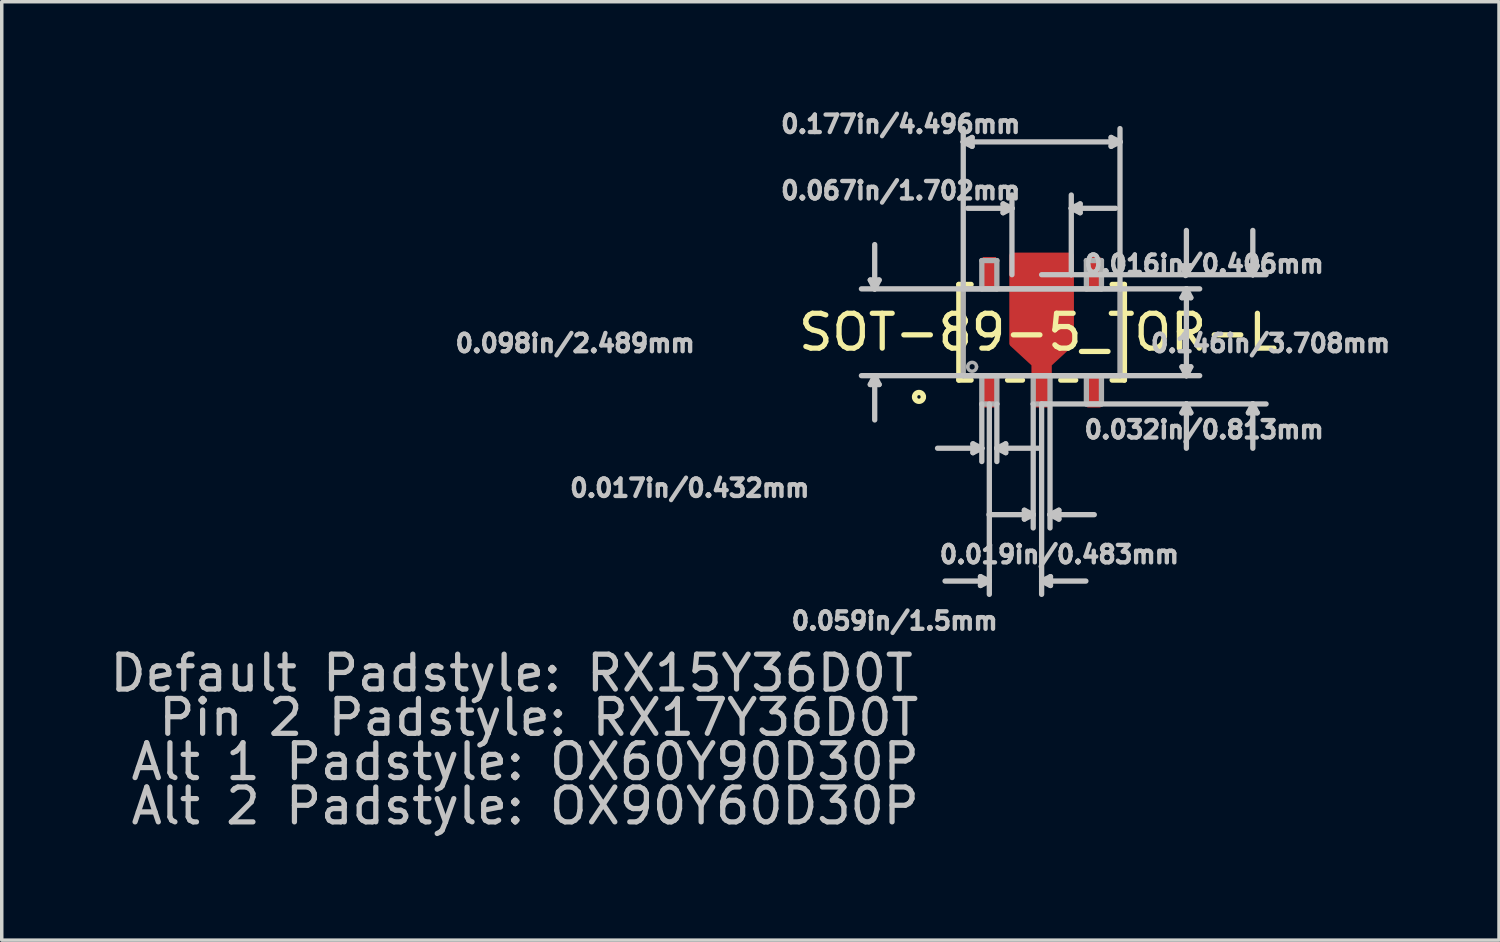
<source format=kicad_pcb>
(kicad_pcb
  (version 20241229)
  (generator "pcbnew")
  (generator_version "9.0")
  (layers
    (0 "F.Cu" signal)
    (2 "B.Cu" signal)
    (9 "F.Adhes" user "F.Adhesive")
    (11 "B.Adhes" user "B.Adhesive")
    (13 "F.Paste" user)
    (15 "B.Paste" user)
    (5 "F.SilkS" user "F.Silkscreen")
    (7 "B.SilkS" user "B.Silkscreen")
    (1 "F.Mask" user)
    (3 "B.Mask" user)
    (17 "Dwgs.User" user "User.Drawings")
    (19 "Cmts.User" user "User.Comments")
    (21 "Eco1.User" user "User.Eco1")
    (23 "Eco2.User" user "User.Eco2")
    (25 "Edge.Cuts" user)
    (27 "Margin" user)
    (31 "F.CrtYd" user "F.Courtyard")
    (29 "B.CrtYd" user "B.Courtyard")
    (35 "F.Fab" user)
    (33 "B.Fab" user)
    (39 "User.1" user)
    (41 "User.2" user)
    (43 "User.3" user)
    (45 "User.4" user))
  (footprint "SOT-89-5_TOR-L"
    (layer "F.Cu")
    (at 26.829 6.481)
    (property "Reference" "SOT-89-5_TOR-L" (at -0.096 0 0) (layer "F.SilkS") (effects (font (size 1 1) (thickness 0.15))))
    (attr smd)
    (fp_poly (pts (xy -0.216 1.245) (xy -0.216 0.914) (xy -0.851 0.33) (xy -0.851 -2.21) (xy -0.216 -2.21) (xy 0.216 -2.21) (xy 0.851 -2.21) (xy 0.851 0.33) (xy 0.216 0.914) (xy 0.216 1.245)) (stroke (width 0.152) (type solid)) (fill yes) (layer "F.Mask"))
    (fp_line (start -2.375 -1.372) (end -2.375 1.372) (stroke (width 0.152) (type solid)) (layer "F.SilkS"))
    (fp_line (start -2.375 1.372) (end -2.023 1.372) (stroke (width 0.152) (type solid)) (layer "F.SilkS"))
    (fp_line (start -2.023 -1.372) (end -2.375 -1.372) (stroke (width 0.152) (type solid)) (layer "F.SilkS"))
    (fp_line (start -0.977 1.372) (end -0.549 1.372) (stroke (width 0.152) (type solid)) (layer "F.SilkS"))
    (fp_line (start 0.549 1.372) (end 0.977 1.372) (stroke (width 0.152) (type solid)) (layer "F.SilkS"))
    (fp_line (start 2.023 1.372) (end 2.375 1.372) (stroke (width 0.152) (type solid)) (layer "F.SilkS"))
    (fp_line (start 2.375 -1.372) (end 2.023 -1.372) (stroke (width 0.152) (type solid)) (layer "F.SilkS"))
    (fp_line (start 2.375 1.372) (end 2.375 -1.372) (stroke (width 0.152) (type solid)) (layer "F.SilkS"))
    (fp_arc (start -3.6449 1.8542) (mid -3.5179 1.7272) (end -3.3909 1.8542) (stroke (width 0.1524) (type solid)) (layer "F.SilkS"))
    (fp_arc (start -3.3909 1.8542) (mid -3.5179 1.9812) (end -3.6449 1.8542) (stroke (width 0.1524) (type solid)) (layer "F.SilkS"))
    (fp_poly (pts (xy -0.216 1.245) (xy -0.216 0.914) (xy -0.851 0.33) (xy -0.851 -2.21) (xy -0.216 -2.21) (xy 0.216 -2.21) (xy 0.851 -2.21) (xy 0.851 0.33) (xy 0.216 0.914) (xy 0.216 1.245)) (stroke (width 0.152) (type solid)) (fill yes) (layer "F.Paste"))
    (fp_line (start -4.915 -1.499) (end -4.661 -1.499) (stroke (width 0.152) (type solid)) (layer "Dwgs.User"))
    (fp_line (start -4.915 1.499) (end -4.661 1.499) (stroke (width 0.152) (type solid)) (layer "Dwgs.User"))
    (fp_line (start -4.788 -1.245) (end -5.169 -1.245) (stroke (width 0.152) (type solid)) (layer "Dwgs.User"))
    (fp_line (start -4.788 -1.245) (end -4.915 -1.499) (stroke (width 0.152) (type solid)) (layer "Dwgs.User"))
    (fp_line (start -4.788 -1.245) (end -4.788 -2.515) (stroke (width 0.152) (type solid)) (layer "Dwgs.User"))
    (fp_line (start -4.788 -1.245) (end -4.661 -1.499) (stroke (width 0.152) (type solid)) (layer "Dwgs.User"))
    (fp_line (start -4.788 1.245) (end -5.169 1.245) (stroke (width 0.152) (type solid)) (layer "Dwgs.User"))
    (fp_line (start -4.788 1.245) (end -4.915 1.499) (stroke (width 0.152) (type solid)) (layer "Dwgs.User"))
    (fp_line (start -4.788 1.245) (end -4.788 2.515) (stroke (width 0.152) (type solid)) (layer "Dwgs.User"))
    (fp_line (start -4.788 1.245) (end -4.661 1.499) (stroke (width 0.152) (type solid)) (layer "Dwgs.User"))
    (fp_line (start -2.248 -5.461) (end -2.248 -5.842) (stroke (width 0.152) (type solid)) (layer "Dwgs.User"))
    (fp_line (start -2.248 -5.461) (end -1.994 -5.588) (stroke (width 0.152) (type solid)) (layer "Dwgs.User"))
    (fp_line (start -2.248 -5.461) (end -1.994 -5.334) (stroke (width 0.152) (type solid)) (layer "Dwgs.User"))
    (fp_line (start -2.248 -5.461) (end 2.248 -5.461) (stroke (width 0.152) (type solid)) (layer "Dwgs.User"))
    (fp_line (start -2.248 -1.245) (end -2.248 -5.461) (stroke (width 0.152) (type solid)) (layer "Dwgs.User"))
    (fp_line (start -1.994 -5.588) (end -1.994 -5.334) (stroke (width 0.152) (type solid)) (layer "Dwgs.User"))
    (fp_line (start -1.97 3.2) (end -1.97 3.454) (stroke (width 0.152) (type solid)) (layer "Dwgs.User"))
    (fp_line (start -1.754 7.01) (end -1.754 7.264) (stroke (width 0.152) (type solid)) (layer "Dwgs.User"))
    (fp_line (start -1.716 2.057) (end -1.716 3.327) (stroke (width 0.152) (type solid)) (layer "Dwgs.User"))
    (fp_line (start -1.716 3.327) (end -2.986 3.327) (stroke (width 0.152) (type solid)) (layer "Dwgs.User"))
    (fp_line (start -1.716 3.327) (end -1.97 3.2) (stroke (width 0.152) (type solid)) (layer "Dwgs.User"))
    (fp_line (start -1.716 3.327) (end -1.97 3.454) (stroke (width 0.152) (type solid)) (layer "Dwgs.User"))
    (fp_line (start -1.716 3.327) (end -1.716 3.708) (stroke (width 0.152) (type solid)) (layer "Dwgs.User"))
    (fp_line (start -1.5 2.057) (end -1.5 7.137) (stroke (width 0.152) (type solid)) (layer "Dwgs.User"))
    (fp_line (start -1.5 7.137) (end -2.77 7.137) (stroke (width 0.152) (type solid)) (layer "Dwgs.User"))
    (fp_line (start -1.5 7.137) (end -1.754 7.01) (stroke (width 0.152) (type solid)) (layer "Dwgs.User"))
    (fp_line (start -1.5 7.137) (end -1.754 7.264) (stroke (width 0.152) (type solid)) (layer "Dwgs.User"))
    (fp_line (start -1.5 7.137) (end -1.5 7.518) (stroke (width 0.152) (type solid)) (layer "Dwgs.User"))
    (fp_line (start -1.284 2.057) (end -1.284 3.327) (stroke (width 0.152) (type solid)) (layer "Dwgs.User"))
    (fp_line (start -1.284 3.327) (end -1.284 3.708) (stroke (width 0.152) (type solid)) (layer "Dwgs.User"))
    (fp_line (start -1.284 3.327) (end -1.03 3.2) (stroke (width 0.152) (type solid)) (layer "Dwgs.User"))
    (fp_line (start -1.284 3.327) (end -1.03 3.454) (stroke (width 0.152) (type solid)) (layer "Dwgs.User"))
    (fp_line (start -1.284 3.327) (end -0.014 3.327) (stroke (width 0.152) (type solid)) (layer "Dwgs.User"))
    (fp_line (start -1.105 -3.683) (end -1.105 -3.429) (stroke (width 0.152) (type solid)) (layer "Dwgs.User"))
    (fp_line (start -1.03 3.2) (end -1.03 3.454) (stroke (width 0.152) (type solid)) (layer "Dwgs.User"))
    (fp_line (start -0.851 -3.556) (end -2.121 -3.556) (stroke (width 0.152) (type solid)) (layer "Dwgs.User"))
    (fp_line (start -0.851 -3.556) (end -1.105 -3.683) (stroke (width 0.152) (type solid)) (layer "Dwgs.User"))
    (fp_line (start -0.851 -3.556) (end -1.105 -3.429) (stroke (width 0.152) (type solid)) (layer "Dwgs.User"))
    (fp_line (start -0.851 -3.556) (end -0.851 -3.937) (stroke (width 0.152) (type solid)) (layer "Dwgs.User"))
    (fp_line (start -0.851 -1.651) (end -0.851 -3.556) (stroke (width 0.152) (type solid)) (layer "Dwgs.User"))
    (fp_line (start -0.495 5.105) (end -0.495 5.359) (stroke (width 0.152) (type solid)) (layer "Dwgs.User"))
    (fp_line (start -0.241 2.057) (end -0.241 5.232) (stroke (width 0.152) (type solid)) (layer "Dwgs.User"))
    (fp_line (start -0.241 5.232) (end -1.511 5.232) (stroke (width 0.152) (type solid)) (layer "Dwgs.User"))
    (fp_line (start -0.241 5.232) (end -0.495 5.105) (stroke (width 0.152) (type solid)) (layer "Dwgs.User"))
    (fp_line (start -0.241 5.232) (end -0.495 5.359) (stroke (width 0.152) (type solid)) (layer "Dwgs.User"))
    (fp_line (start -0.241 5.232) (end -0.241 5.613) (stroke (width 0.152) (type solid)) (layer "Dwgs.User"))
    (fp_line (start 0 -1.651) (end 0.851 -1.651) (stroke (width 0.152) (type solid)) (layer "Dwgs.User"))
    (fp_line (start 0 2.057) (end 0 7.137) (stroke (width 0.152) (type solid)) (layer "Dwgs.User"))
    (fp_line (start 0 2.057) (end 0.241 2.057) (stroke (width 0.152) (type solid)) (layer "Dwgs.User"))
    (fp_line (start 0 7.137) (end 0 7.518) (stroke (width 0.152) (type solid)) (layer "Dwgs.User"))
    (fp_line (start 0 7.137) (end 0.254 7.01) (stroke (width 0.152) (type solid)) (layer "Dwgs.User"))
    (fp_line (start 0 7.137) (end 0.254 7.264) (stroke (width 0.152) (type solid)) (layer "Dwgs.User"))
    (fp_line (start 0 7.137) (end 1.27 7.137) (stroke (width 0.152) (type solid)) (layer "Dwgs.User"))
    (fp_line (start 0.241 2.057) (end 0.241 5.232) (stroke (width 0.152) (type solid)) (layer "Dwgs.User"))
    (fp_line (start 0.241 2.057) (end 4.153 2.057) (stroke (width 0.152) (type solid)) (layer "Dwgs.User"))
    (fp_line (start 0.241 5.232) (end 0.241 5.613) (stroke (width 0.152) (type solid)) (layer "Dwgs.User"))
    (fp_line (start 0.241 5.232) (end 0.495 5.105) (stroke (width 0.152) (type solid)) (layer "Dwgs.User"))
    (fp_line (start 0.241 5.232) (end 0.495 5.359) (stroke (width 0.152) (type solid)) (layer "Dwgs.User"))
    (fp_line (start 0.241 5.232) (end 1.511 5.232) (stroke (width 0.152) (type solid)) (layer "Dwgs.User"))
    (fp_line (start 0.254 7.01) (end 0.254 7.264) (stroke (width 0.152) (type solid)) (layer "Dwgs.User"))
    (fp_line (start 0.495 5.105) (end 0.495 5.359) (stroke (width 0.152) (type solid)) (layer "Dwgs.User"))
    (fp_line (start 0.851 -3.556) (end 0.851 -3.937) (stroke (width 0.152) (type solid)) (layer "Dwgs.User"))
    (fp_line (start 0.851 -3.556) (end 1.105 -3.683) (stroke (width 0.152) (type solid)) (layer "Dwgs.User"))
    (fp_line (start 0.851 -3.556) (end 1.105 -3.429) (stroke (width 0.152) (type solid)) (layer "Dwgs.User"))
    (fp_line (start 0.851 -3.556) (end 2.121 -3.556) (stroke (width 0.152) (type solid)) (layer "Dwgs.User"))
    (fp_line (start 0.851 -1.651) (end 0.851 -3.556) (stroke (width 0.152) (type solid)) (layer "Dwgs.User"))
    (fp_line (start 0.851 -1.651) (end 4.153 -1.651) (stroke (width 0.152) (type solid)) (layer "Dwgs.User"))
    (fp_line (start 1.105 -3.683) (end 1.105 -3.429) (stroke (width 0.152) (type solid)) (layer "Dwgs.User"))
    (fp_line (start 1.994 -5.588) (end 1.994 -5.334) (stroke (width 0.152) (type solid)) (layer "Dwgs.User"))
    (fp_line (start 2.248 -5.461) (end 1.994 -5.588) (stroke (width 0.152) (type solid)) (layer "Dwgs.User"))
    (fp_line (start 2.248 -5.461) (end 1.994 -5.334) (stroke (width 0.152) (type solid)) (layer "Dwgs.User"))
    (fp_line (start 2.248 -5.461) (end 2.248 -5.842) (stroke (width 0.152) (type solid)) (layer "Dwgs.User"))
    (fp_line (start 2.248 -1.245) (end -4.788 -1.245) (stroke (width 0.152) (type solid)) (layer "Dwgs.User"))
    (fp_line (start 2.248 -1.245) (end 2.248 -5.461) (stroke (width 0.152) (type solid)) (layer "Dwgs.User"))
    (fp_line (start 2.248 -1.245) (end 4.153 -1.245) (stroke (width 0.152) (type solid)) (layer "Dwgs.User"))
    (fp_line (start 4.026 -1.905) (end 4.28 -1.905) (stroke (width 0.152) (type solid)) (layer "Dwgs.User"))
    (fp_line (start 4.026 -0.991) (end 4.28 -0.991) (stroke (width 0.152) (type solid)) (layer "Dwgs.User"))
    (fp_line (start 4.026 0.991) (end 4.28 0.991) (stroke (width 0.152) (type solid)) (layer "Dwgs.User"))
    (fp_line (start 4.026 2.311) (end 4.28 2.311) (stroke (width 0.152) (type solid)) (layer "Dwgs.User"))
    (fp_line (start 4.153 -1.651) (end 4.026 -1.905) (stroke (width 0.152) (type solid)) (layer "Dwgs.User"))
    (fp_line (start 4.153 -1.651) (end 4.153 -2.921) (stroke (width 0.152) (type solid)) (layer "Dwgs.User"))
    (fp_line (start 4.153 -1.651) (end 4.28 -1.905) (stroke (width 0.152) (type solid)) (layer "Dwgs.User"))
    (fp_line (start 4.153 -1.651) (end 6.058 -1.651) (stroke (width 0.152) (type solid)) (layer "Dwgs.User"))
    (fp_line (start 4.153 -1.245) (end 4.026 -0.991) (stroke (width 0.152) (type solid)) (layer "Dwgs.User"))
    (fp_line (start 4.153 -1.245) (end 4.153 1.245) (stroke (width 0.152) (type solid)) (layer "Dwgs.User"))
    (fp_line (start 4.153 -1.245) (end 4.28 -0.991) (stroke (width 0.152) (type solid)) (layer "Dwgs.User"))
    (fp_line (start 4.153 -1.245) (end 4.534 -1.245) (stroke (width 0.152) (type solid)) (layer "Dwgs.User"))
    (fp_line (start 4.153 1.245) (end -4.788 1.245) (stroke (width 0.152) (type solid)) (layer "Dwgs.User"))
    (fp_line (start 4.153 1.245) (end 4.026 0.991) (stroke (width 0.152) (type solid)) (layer "Dwgs.User"))
    (fp_line (start 4.153 1.245) (end 4.28 0.991) (stroke (width 0.152) (type solid)) (layer "Dwgs.User"))
    (fp_line (start 4.153 1.245) (end 4.534 1.245) (stroke (width 0.152) (type solid)) (layer "Dwgs.User"))
    (fp_line (start 4.153 2.057) (end 4.026 2.311) (stroke (width 0.152) (type solid)) (layer "Dwgs.User"))
    (fp_line (start 4.153 2.057) (end 4.153 3.327) (stroke (width 0.152) (type solid)) (layer "Dwgs.User"))
    (fp_line (start 4.153 2.057) (end 4.28 2.311) (stroke (width 0.152) (type solid)) (layer "Dwgs.User"))
    (fp_line (start 4.153 2.057) (end 6.058 2.057) (stroke (width 0.152) (type solid)) (layer "Dwgs.User"))
    (fp_line (start 5.931 -1.905) (end 6.185 -1.905) (stroke (width 0.152) (type solid)) (layer "Dwgs.User"))
    (fp_line (start 5.931 2.311) (end 6.185 2.311) (stroke (width 0.152) (type solid)) (layer "Dwgs.User"))
    (fp_line (start 6.058 -1.651) (end 5.931 -1.905) (stroke (width 0.152) (type solid)) (layer "Dwgs.User"))
    (fp_line (start 6.058 -1.651) (end 6.058 -2.921) (stroke (width 0.152) (type solid)) (layer "Dwgs.User"))
    (fp_line (start 6.058 -1.651) (end 6.185 -1.905) (stroke (width 0.152) (type solid)) (layer "Dwgs.User"))
    (fp_line (start 6.058 -1.651) (end 6.439 -1.651) (stroke (width 0.152) (type solid)) (layer "Dwgs.User"))
    (fp_line (start 6.058 2.057) (end 5.931 2.311) (stroke (width 0.152) (type solid)) (layer "Dwgs.User"))
    (fp_line (start 6.058 2.057) (end 6.058 3.327) (stroke (width 0.152) (type solid)) (layer "Dwgs.User"))
    (fp_line (start 6.058 2.057) (end 6.185 2.311) (stroke (width 0.152) (type solid)) (layer "Dwgs.User"))
    (fp_line (start 6.058 2.057) (end 6.439 2.057) (stroke (width 0.152) (type solid)) (layer "Dwgs.User"))
    (fp_line (start -2.248 -1.245) (end -2.248 1.245) (stroke (width 0.152) (type solid)) (layer "F.Fab"))
    (fp_line (start -2.248 1.245) (end 2.248 1.245) (stroke (width 0.152) (type solid)) (layer "F.Fab"))
    (fp_line (start -1.716 -2.057) (end -1.716 -1.245) (stroke (width 0.152) (type solid)) (layer "F.Fab"))
    (fp_line (start -1.716 -1.245) (end -1.284 -1.245) (stroke (width 0.152) (type solid)) (layer "F.Fab"))
    (fp_line (start -1.716 1.245) (end -1.716 2.057) (stroke (width 0.152) (type solid)) (layer "F.Fab"))
    (fp_line (start -1.716 2.057) (end -1.284 2.057) (stroke (width 0.152) (type solid)) (layer "F.Fab"))
    (fp_line (start -1.284 -2.057) (end -1.716 -2.057) (stroke (width 0.152) (type solid)) (layer "F.Fab"))
    (fp_line (start -1.284 -1.245) (end -1.284 -2.057) (stroke (width 0.152) (type solid)) (layer "F.Fab"))
    (fp_line (start -1.284 1.245) (end -1.716 1.245) (stroke (width 0.152) (type solid)) (layer "F.Fab"))
    (fp_line (start -1.284 2.057) (end -1.284 1.245) (stroke (width 0.152) (type solid)) (layer "F.Fab"))
    (fp_line (start -0.241 1.245) (end -0.241 2.057) (stroke (width 0.152) (type solid)) (layer "F.Fab"))
    (fp_line (start -0.241 2.057) (end 0.241 2.057) (stroke (width 0.152) (type solid)) (layer "F.Fab"))
    (fp_line (start 0.241 1.245) (end -0.241 1.245) (stroke (width 0.152) (type solid)) (layer "F.Fab"))
    (fp_line (start 0.241 2.057) (end 0.241 1.245) (stroke (width 0.152) (type solid)) (layer "F.Fab"))
    (fp_line (start 1.284 -2.057) (end 1.284 -1.245) (stroke (width 0.152) (type solid)) (layer "F.Fab"))
    (fp_line (start 1.284 -1.245) (end 1.716 -1.245) (stroke (width 0.152) (type solid)) (layer "F.Fab"))
    (fp_line (start 1.284 1.245) (end 1.284 2.057) (stroke (width 0.152) (type solid)) (layer "F.Fab"))
    (fp_line (start 1.284 2.057) (end 1.716 2.057) (stroke (width 0.152) (type solid)) (layer "F.Fab"))
    (fp_line (start 1.716 -2.057) (end 1.284 -2.057) (stroke (width 0.152) (type solid)) (layer "F.Fab"))
    (fp_line (start 1.716 -1.245) (end 1.716 -2.057) (stroke (width 0.152) (type solid)) (layer "F.Fab"))
    (fp_line (start 1.716 1.245) (end 1.284 1.245) (stroke (width 0.152) (type solid)) (layer "F.Fab"))
    (fp_line (start 1.716 2.057) (end 1.716 1.245) (stroke (width 0.152) (type solid)) (layer "F.Fab"))
    (fp_line (start 2.248 -1.245) (end -2.248 -1.245) (stroke (width 0.152) (type solid)) (layer "F.Fab"))
    (fp_line (start 2.248 1.245) (end 2.248 -1.245) (stroke (width 0.152) (type solid)) (layer "F.Fab"))
    (fp_arc (start -2.1209 0.9906) (mid -1.9939 0.8636) (end -1.8669 0.9906) (stroke (width 0.1) (type solid)) (layer "F.Fab"))
    (fp_arc (start -1.8669 0.9906) (mid -1.9939 1.1176) (end -2.1209 0.9906) (stroke (width 0.1) (type solid)) (layer "F.Fab"))
    (fp_text user "Default Padstyle: RX15Y36D0T" (at -15.204 9.779 0) (layer "Dwgs.User") (effects (font (size 1 1) (thickness 0.15))))
    (fp_text user "Alt 2 Padstyle: OX90Y60D30P" (at -14.814 13.589 0) (layer "Dwgs.User") (effects (font (size 1 1) (thickness 0.15))))
    (fp_text user "0.016in/0.406mm" (at 4.661 -1.956 0) (layer "Dwgs.User") (effects (font (size 0.5 0.5) (thickness 0.15))))
    (fp_text user "0.098in/2.489mm" (at -13.381 0.318 0) (layer "Dwgs.User") (effects (font (size 0.5 0.5) (thickness 0.15))))
    (fp_text user "0.059in/1.5mm" (at -4.216 8.28 0) (layer "Dwgs.User") (effects (font (size 0.5 0.5) (thickness 0.15))))
    (fp_text user "0.146in/3.708mm" (at 6.566 0.318 0) (layer "Dwgs.User") (effects (font (size 0.5 0.5) (thickness 0.15))))
    (fp_text user "Pin 2 Padstyle: RX17Y36D0T" (at -14.424 11.049 0) (layer "Dwgs.User") (effects (font (size 1 1) (thickness 0.15))))
    (fp_text user "0.032in/0.813mm" (at 4.661 2.794 0) (layer "Dwgs.User") (effects (font (size 0.5 0.5) (thickness 0.15))))
    (fp_text user "0.177in/4.496mm" (at -4.042 -5.969 0) (layer "Dwgs.User") (effects (font (size 0.5 0.5) (thickness 0.15))))
    (fp_text user "0.019in/0.483mm" (at 0.508 6.375 0) (layer "Dwgs.User") (effects (font (size 0.5 0.5) (thickness 0.15))))
    (fp_text user "0.017in/0.432mm" (at -10.093 4.47 0) (layer "Dwgs.User") (effects (font (size 0.5 0.5) (thickness 0.15))))
    (fp_text user "Alt 1 Padstyle: OX60Y90D30P" (at -14.814 12.319 0) (layer "Dwgs.User") (effects (font (size 1 1) (thickness 0.15))))
    (fp_text user "0.067in/1.702mm" (at -4.042 -4.064 0) (layer "Dwgs.User") (effects (font (size 0.5 0.5) (thickness 0.15))))
    (pad "1" smd rect (at -1.5 1.702) (size 0.381 0.914) (layers "F.Cu" "F.Mask" "F.Paste"))
    (pad "2" smd custom (at 0 1.702) (size 0.432 0.914) (layers "F.Cu" "F.Mask" "F.Paste") (options (anchor rect)) (primitives (gr_poly (pts (xy -0.216 -0.457) (xy -0.216 -0.787) (xy -0.851 -1.372) (xy -0.851 -3.912) (xy -0.216 -3.912) (xy 0.216 -3.912) (xy 0.851 -3.912) (xy 0.851 -1.372) (xy 0.216 -0.787) (xy 0.216 -0.457)) (width 0.152) (fill yes))))
    (pad "3" smd rect (at 1.5 1.702) (size 0.381 0.914) (layers "F.Cu" "F.Mask" "F.Paste"))
    (pad "4" smd rect (at 1.5 -1.702) (size 0.381 0.914) (layers "F.Cu" "F.Mask" "F.Paste"))
    (pad "5" smd rect (at -1.5 -1.702) (size 0.381 0.914) (layers "F.Cu" "F.Mask" "F.Paste"))
    (zone (net_name "") (layer "F.Cu") (hatch full 0.508) (connect_pads) (min_thickness 0.152) (filled_areas_thickness no) (keepout (tracks not_allowed) (vias not_allowed) (pads not_allowed) (copperpour not_allowed) (footprints allowed)) (placement (enabled no)) (fill) (polygon (pts (xy 29.457 4.347) (xy 29.457 9.021) (xy 24.2 9.021) (xy 24.2 4.347)))))
  (gr_rect
    (start -3 -3)
    (end 39.949 23.918)
    (stroke (width 0.1) (type default))
    (fill no)
    (layer "Edge.Cuts")))
</source>
